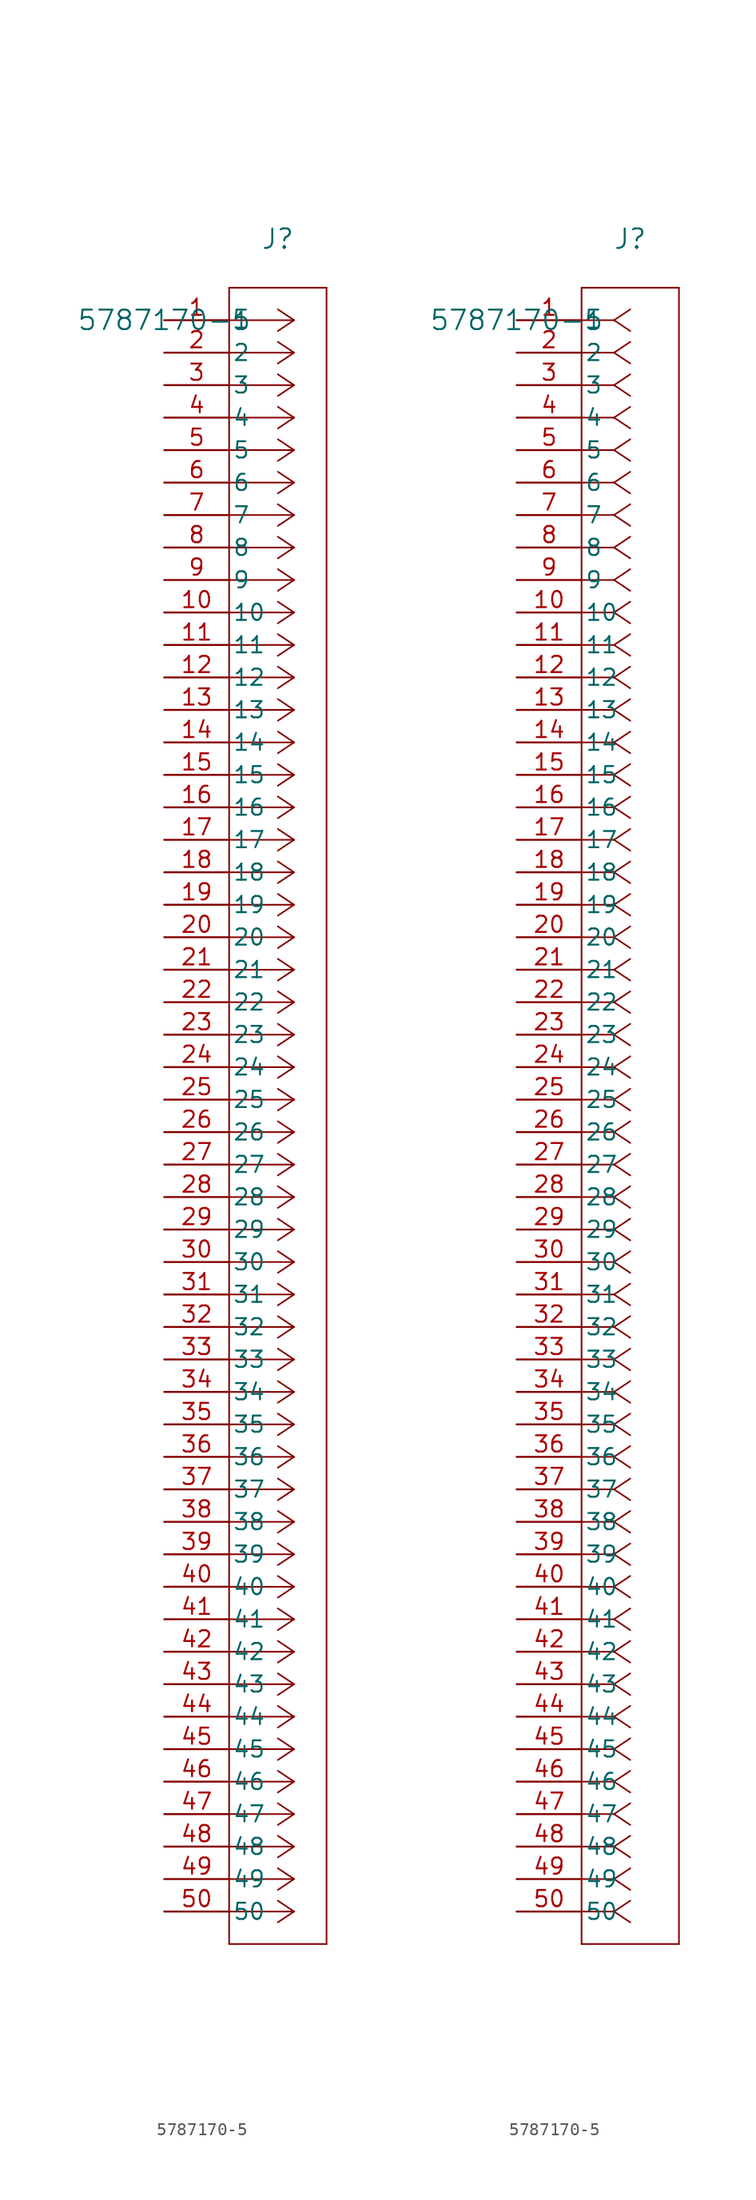
<source format=kicad_sym>
(kicad_symbol_lib
  (version 20211014)
  (generator kicad_symbol_editor)
  (symbol "5787170-5"
    (pin_names
      (offset 0.254))
    (property "Reference" "J"
      (at 8.89 6.35 0)
      (effects (font (size 1.524 1.524))))
    (property "Value" "5787170-5"
      (at 0 0 0)
      (effects (font (size 1.524 1.524))))
    (symbol "5787170-5_1_1"
      (polyline (pts (xy 10.16 0) (xy 5.08 0)) (stroke (width 0.127) (type default) (color 0 0 0 0)) (fill (type none)))
      (polyline (pts (xy 10.16 -2.54) (xy 5.08 -2.54)) (stroke (width 0.127) (type default) (color 0 0 0 0)) (fill (type none)))
      (polyline (pts (xy 10.16 -5.08) (xy 5.08 -5.08)) (stroke (width 0.127) (type default) (color 0 0 0 0)) (fill (type none)))
      (polyline (pts (xy 10.16 -7.62) (xy 5.08 -7.62)) (stroke (width 0.127) (type default) (color 0 0 0 0)) (fill (type none)))
      (polyline (pts (xy 10.16 -10.16) (xy 5.08 -10.16)) (stroke (width 0.127) (type default) (color 0 0 0 0)) (fill (type none)))
      (polyline (pts (xy 10.16 -12.7) (xy 5.08 -12.7)) (stroke (width 0.127) (type default) (color 0 0 0 0)) (fill (type none)))
      (polyline (pts (xy 10.16 -15.24) (xy 5.08 -15.24)) (stroke (width 0.127) (type default) (color 0 0 0 0)) (fill (type none)))
      (polyline (pts (xy 10.16 -17.78) (xy 5.08 -17.78)) (stroke (width 0.127) (type default) (color 0 0 0 0)) (fill (type none)))
      (polyline (pts (xy 10.16 -20.32) (xy 5.08 -20.32)) (stroke (width 0.127) (type default) (color 0 0 0 0)) (fill (type none)))
      (polyline (pts (xy 10.16 -22.86) (xy 5.08 -22.86)) (stroke (width 0.127) (type default) (color 0 0 0 0)) (fill (type none)))
      (polyline (pts (xy 10.16 -25.4) (xy 5.08 -25.4)) (stroke (width 0.127) (type default) (color 0 0 0 0)) (fill (type none)))
      (polyline (pts (xy 10.16 -27.94) (xy 5.08 -27.94)) (stroke (width 0.127) (type default) (color 0 0 0 0)) (fill (type none)))
      (polyline (pts (xy 10.16 -30.48) (xy 5.08 -30.48)) (stroke (width 0.127) (type default) (color 0 0 0 0)) (fill (type none)))
      (polyline (pts (xy 10.16 -33.02) (xy 5.08 -33.02)) (stroke (width 0.127) (type default) (color 0 0 0 0)) (fill (type none)))
      (polyline (pts (xy 10.16 -35.56) (xy 5.08 -35.56)) (stroke (width 0.127) (type default) (color 0 0 0 0)) (fill (type none)))
      (polyline (pts (xy 10.16 -38.1) (xy 5.08 -38.1)) (stroke (width 0.127) (type default) (color 0 0 0 0)) (fill (type none)))
      (polyline (pts (xy 10.16 -40.64) (xy 5.08 -40.64)) (stroke (width 0.127) (type default) (color 0 0 0 0)) (fill (type none)))
      (polyline (pts (xy 10.16 -43.18) (xy 5.08 -43.18)) (stroke (width 0.127) (type default) (color 0 0 0 0)) (fill (type none)))
      (polyline (pts (xy 10.16 -45.72) (xy 5.08 -45.72)) (stroke (width 0.127) (type default) (color 0 0 0 0)) (fill (type none)))
      (polyline (pts (xy 10.16 -48.26) (xy 5.08 -48.26)) (stroke (width 0.127) (type default) (color 0 0 0 0)) (fill (type none)))
      (polyline (pts (xy 10.16 -50.8) (xy 5.08 -50.8)) (stroke (width 0.127) (type default) (color 0 0 0 0)) (fill (type none)))
      (polyline (pts (xy 10.16 -53.34) (xy 5.08 -53.34)) (stroke (width 0.127) (type default) (color 0 0 0 0)) (fill (type none)))
      (polyline (pts (xy 10.16 -55.88) (xy 5.08 -55.88)) (stroke (width 0.127) (type default) (color 0 0 0 0)) (fill (type none)))
      (polyline (pts (xy 10.16 -58.42) (xy 5.08 -58.42)) (stroke (width 0.127) (type default) (color 0 0 0 0)) (fill (type none)))
      (polyline (pts (xy 10.16 -60.96) (xy 5.08 -60.96)) (stroke (width 0.127) (type default) (color 0 0 0 0)) (fill (type none)))
      (polyline (pts (xy 10.16 -63.5) (xy 5.08 -63.5)) (stroke (width 0.127) (type default) (color 0 0 0 0)) (fill (type none)))
      (polyline (pts (xy 10.16 -66.04) (xy 5.08 -66.04)) (stroke (width 0.127) (type default) (color 0 0 0 0)) (fill (type none)))
      (polyline (pts (xy 10.16 -68.58) (xy 5.08 -68.58)) (stroke (width 0.127) (type default) (color 0 0 0 0)) (fill (type none)))
      (polyline (pts (xy 10.16 -71.12) (xy 5.08 -71.12)) (stroke (width 0.127) (type default) (color 0 0 0 0)) (fill (type none)))
      (polyline (pts (xy 10.16 -73.66) (xy 5.08 -73.66)) (stroke (width 0.127) (type default) (color 0 0 0 0)) (fill (type none)))
      (polyline (pts (xy 10.16 -76.2) (xy 5.08 -76.2)) (stroke (width 0.127) (type default) (color 0 0 0 0)) (fill (type none)))
      (polyline (pts (xy 10.16 -78.74) (xy 5.08 -78.74)) (stroke (width 0.127) (type default) (color 0 0 0 0)) (fill (type none)))
      (polyline (pts (xy 10.16 -81.28) (xy 5.08 -81.28)) (stroke (width 0.127) (type default) (color 0 0 0 0)) (fill (type none)))
      (polyline (pts (xy 10.16 -83.82) (xy 5.08 -83.82)) (stroke (width 0.127) (type default) (color 0 0 0 0)) (fill (type none)))
      (polyline (pts (xy 10.16 -86.36) (xy 5.08 -86.36)) (stroke (width 0.127) (type default) (color 0 0 0 0)) (fill (type none)))
      (polyline (pts (xy 10.16 -88.9) (xy 5.08 -88.9)) (stroke (width 0.127) (type default) (color 0 0 0 0)) (fill (type none)))
      (polyline (pts (xy 10.16 -91.44) (xy 5.08 -91.44)) (stroke (width 0.127) (type default) (color 0 0 0 0)) (fill (type none)))
      (polyline (pts (xy 10.16 -93.98) (xy 5.08 -93.98)) (stroke (width 0.127) (type default) (color 0 0 0 0)) (fill (type none)))
      (polyline (pts (xy 10.16 -96.52) (xy 5.08 -96.52)) (stroke (width 0.127) (type default) (color 0 0 0 0)) (fill (type none)))
      (polyline (pts (xy 10.16 -99.06) (xy 5.08 -99.06)) (stroke (width 0.127) (type default) (color 0 0 0 0)) (fill (type none)))
      (polyline (pts (xy 10.16 -101.6) (xy 5.08 -101.6)) (stroke (width 0.127) (type default) (color 0 0 0 0)) (fill (type none)))
      (polyline (pts (xy 10.16 -104.14) (xy 5.08 -104.14)) (stroke (width 0.127) (type default) (color 0 0 0 0)) (fill (type none)))
      (polyline (pts (xy 10.16 -106.68) (xy 5.08 -106.68)) (stroke (width 0.127) (type default) (color 0 0 0 0)) (fill (type none)))
      (polyline (pts (xy 10.16 -109.22) (xy 5.08 -109.22)) (stroke (width 0.127) (type default) (color 0 0 0 0)) (fill (type none)))
      (polyline (pts (xy 10.16 -111.76) (xy 5.08 -111.76)) (stroke (width 0.127) (type default) (color 0 0 0 0)) (fill (type none)))
      (polyline (pts (xy 10.16 -114.3) (xy 5.08 -114.3)) (stroke (width 0.127) (type default) (color 0 0 0 0)) (fill (type none)))
      (polyline (pts (xy 10.16 -116.84) (xy 5.08 -116.84)) (stroke (width 0.127) (type default) (color 0 0 0 0)) (fill (type none)))
      (polyline (pts (xy 10.16 -119.38) (xy 5.08 -119.38)) (stroke (width 0.127) (type default) (color 0 0 0 0)) (fill (type none)))
      (polyline (pts (xy 10.16 -121.92) (xy 5.08 -121.92)) (stroke (width 0.127) (type default) (color 0 0 0 0)) (fill (type none)))
      (polyline (pts (xy 10.16 -124.46) (xy 5.08 -124.46)) (stroke (width 0.127) (type default) (color 0 0 0 0)) (fill (type none)))
      (polyline (pts (xy 10.16 0) (xy 8.89 0.847)) (stroke (width 0.127) (type default) (color 0 0 0 0)) (fill (type none)))
      (polyline (pts (xy 10.16 -2.54) (xy 8.89 -1.693)) (stroke (width 0.127) (type default) (color 0 0 0 0)) (fill (type none)))
      (polyline (pts (xy 10.16 -5.08) (xy 8.89 -4.233)) (stroke (width 0.127) (type default) (color 0 0 0 0)) (fill (type none)))
      (polyline (pts (xy 10.16 -7.62) (xy 8.89 -6.773)) (stroke (width 0.127) (type default) (color 0 0 0 0)) (fill (type none)))
      (polyline (pts (xy 10.16 -10.16) (xy 8.89 -9.313)) (stroke (width 0.127) (type default) (color 0 0 0 0)) (fill (type none)))
      (polyline (pts (xy 10.16 -12.7) (xy 8.89 -11.853)) (stroke (width 0.127) (type default) (color 0 0 0 0)) (fill (type none)))
      (polyline (pts (xy 10.16 -15.24) (xy 8.89 -14.393)) (stroke (width 0.127) (type default) (color 0 0 0 0)) (fill (type none)))
      (polyline (pts (xy 10.16 -17.78) (xy 8.89 -16.933)) (stroke (width 0.127) (type default) (color 0 0 0 0)) (fill (type none)))
      (polyline (pts (xy 10.16 -20.32) (xy 8.89 -19.473)) (stroke (width 0.127) (type default) (color 0 0 0 0)) (fill (type none)))
      (polyline (pts (xy 10.16 -22.86) (xy 8.89 -22.013)) (stroke (width 0.127) (type default) (color 0 0 0 0)) (fill (type none)))
      (polyline (pts (xy 10.16 -25.4) (xy 8.89 -24.553)) (stroke (width 0.127) (type default) (color 0 0 0 0)) (fill (type none)))
      (polyline (pts (xy 10.16 -27.94) (xy 8.89 -27.093)) (stroke (width 0.127) (type default) (color 0 0 0 0)) (fill (type none)))
      (polyline (pts (xy 10.16 -30.48) (xy 8.89 -29.633)) (stroke (width 0.127) (type default) (color 0 0 0 0)) (fill (type none)))
      (polyline (pts (xy 10.16 -33.02) (xy 8.89 -32.173)) (stroke (width 0.127) (type default) (color 0 0 0 0)) (fill (type none)))
      (polyline (pts (xy 10.16 -35.56) (xy 8.89 -34.713)) (stroke (width 0.127) (type default) (color 0 0 0 0)) (fill (type none)))
      (polyline (pts (xy 10.16 -38.1) (xy 8.89 -37.253)) (stroke (width 0.127) (type default) (color 0 0 0 0)) (fill (type none)))
      (polyline (pts (xy 10.16 -40.64) (xy 8.89 -39.793)) (stroke (width 0.127) (type default) (color 0 0 0 0)) (fill (type none)))
      (polyline (pts (xy 10.16 -43.18) (xy 8.89 -42.333)) (stroke (width 0.127) (type default) (color 0 0 0 0)) (fill (type none)))
      (polyline (pts (xy 10.16 -45.72) (xy 8.89 -44.873)) (stroke (width 0.127) (type default) (color 0 0 0 0)) (fill (type none)))
      (polyline (pts (xy 10.16 -48.26) (xy 8.89 -47.413)) (stroke (width 0.127) (type default) (color 0 0 0 0)) (fill (type none)))
      (polyline (pts (xy 10.16 -50.8) (xy 8.89 -49.953)) (stroke (width 0.127) (type default) (color 0 0 0 0)) (fill (type none)))
      (polyline (pts (xy 10.16 -53.34) (xy 8.89 -52.493)) (stroke (width 0.127) (type default) (color 0 0 0 0)) (fill (type none)))
      (polyline (pts (xy 10.16 -55.88) (xy 8.89 -55.033)) (stroke (width 0.127) (type default) (color 0 0 0 0)) (fill (type none)))
      (polyline (pts (xy 10.16 -58.42) (xy 8.89 -57.573)) (stroke (width 0.127) (type default) (color 0 0 0 0)) (fill (type none)))
      (polyline (pts (xy 10.16 -60.96) (xy 8.89 -60.113)) (stroke (width 0.127) (type default) (color 0 0 0 0)) (fill (type none)))
      (polyline (pts (xy 10.16 -63.5) (xy 8.89 -62.653)) (stroke (width 0.127) (type default) (color 0 0 0 0)) (fill (type none)))
      (polyline (pts (xy 10.16 -66.04) (xy 8.89 -65.193)) (stroke (width 0.127) (type default) (color 0 0 0 0)) (fill (type none)))
      (polyline (pts (xy 10.16 -68.58) (xy 8.89 -67.733)) (stroke (width 0.127) (type default) (color 0 0 0 0)) (fill (type none)))
      (polyline (pts (xy 10.16 -71.12) (xy 8.89 -70.273)) (stroke (width 0.127) (type default) (color 0 0 0 0)) (fill (type none)))
      (polyline (pts (xy 10.16 -73.66) (xy 8.89 -72.813)) (stroke (width 0.127) (type default) (color 0 0 0 0)) (fill (type none)))
      (polyline (pts (xy 10.16 -76.2) (xy 8.89 -75.353)) (stroke (width 0.127) (type default) (color 0 0 0 0)) (fill (type none)))
      (polyline (pts (xy 10.16 -78.74) (xy 8.89 -77.893)) (stroke (width 0.127) (type default) (color 0 0 0 0)) (fill (type none)))
      (polyline (pts (xy 10.16 -81.28) (xy 8.89 -80.433)) (stroke (width 0.127) (type default) (color 0 0 0 0)) (fill (type none)))
      (polyline (pts (xy 10.16 -83.82) (xy 8.89 -82.973)) (stroke (width 0.127) (type default) (color 0 0 0 0)) (fill (type none)))
      (polyline (pts (xy 10.16 -86.36) (xy 8.89 -85.513)) (stroke (width 0.127) (type default) (color 0 0 0 0)) (fill (type none)))
      (polyline (pts (xy 10.16 -88.9) (xy 8.89 -88.053)) (stroke (width 0.127) (type default) (color 0 0 0 0)) (fill (type none)))
      (polyline (pts (xy 10.16 -91.44) (xy 8.89 -90.593)) (stroke (width 0.127) (type default) (color 0 0 0 0)) (fill (type none)))
      (polyline (pts (xy 10.16 -93.98) (xy 8.89 -93.133)) (stroke (width 0.127) (type default) (color 0 0 0 0)) (fill (type none)))
      (polyline (pts (xy 10.16 -96.52) (xy 8.89 -95.673)) (stroke (width 0.127) (type default) (color 0 0 0 0)) (fill (type none)))
      (polyline (pts (xy 10.16 -99.06) (xy 8.89 -98.213)) (stroke (width 0.127) (type default) (color 0 0 0 0)) (fill (type none)))
      (polyline (pts (xy 10.16 -101.6) (xy 8.89 -100.753)) (stroke (width 0.127) (type default) (color 0 0 0 0)) (fill (type none)))
      (polyline (pts (xy 10.16 -104.14) (xy 8.89 -103.293)) (stroke (width 0.127) (type default) (color 0 0 0 0)) (fill (type none)))
      (polyline (pts (xy 10.16 -106.68) (xy 8.89 -105.833)) (stroke (width 0.127) (type default) (color 0 0 0 0)) (fill (type none)))
      (polyline (pts (xy 10.16 -109.22) (xy 8.89 -108.373)) (stroke (width 0.127) (type default) (color 0 0 0 0)) (fill (type none)))
      (polyline (pts (xy 10.16 -111.76) (xy 8.89 -110.913)) (stroke (width 0.127) (type default) (color 0 0 0 0)) (fill (type none)))
      (polyline (pts (xy 10.16 -114.3) (xy 8.89 -113.453)) (stroke (width 0.127) (type default) (color 0 0 0 0)) (fill (type none)))
      (polyline (pts (xy 10.16 -116.84) (xy 8.89 -115.993)) (stroke (width 0.127) (type default) (color 0 0 0 0)) (fill (type none)))
      (polyline (pts (xy 10.16 -119.38) (xy 8.89 -118.533)) (stroke (width 0.127) (type default) (color 0 0 0 0)) (fill (type none)))
      (polyline (pts (xy 10.16 -121.92) (xy 8.89 -121.073)) (stroke (width 0.127) (type default) (color 0 0 0 0)) (fill (type none)))
      (polyline (pts (xy 10.16 -124.46) (xy 8.89 -123.613)) (stroke (width 0.127) (type default) (color 0 0 0 0)) (fill (type none)))
      (polyline (pts (xy 10.16 0) (xy 8.89 -0.847)) (stroke (width 0.127) (type default) (color 0 0 0 0)) (fill (type none)))
      (polyline (pts (xy 10.16 -2.54) (xy 8.89 -3.387)) (stroke (width 0.127) (type default) (color 0 0 0 0)) (fill (type none)))
      (polyline (pts (xy 10.16 -5.08) (xy 8.89 -5.927)) (stroke (width 0.127) (type default) (color 0 0 0 0)) (fill (type none)))
      (polyline (pts (xy 10.16 -7.62) (xy 8.89 -8.467)) (stroke (width 0.127) (type default) (color 0 0 0 0)) (fill (type none)))
      (polyline (pts (xy 10.16 -10.16) (xy 8.89 -11.007)) (stroke (width 0.127) (type default) (color 0 0 0 0)) (fill (type none)))
      (polyline (pts (xy 10.16 -12.7) (xy 8.89 -13.547)) (stroke (width 0.127) (type default) (color 0 0 0 0)) (fill (type none)))
      (polyline (pts (xy 10.16 -15.24) (xy 8.89 -16.087)) (stroke (width 0.127) (type default) (color 0 0 0 0)) (fill (type none)))
      (polyline (pts (xy 10.16 -17.78) (xy 8.89 -18.627)) (stroke (width 0.127) (type default) (color 0 0 0 0)) (fill (type none)))
      (polyline (pts (xy 10.16 -20.32) (xy 8.89 -21.167)) (stroke (width 0.127) (type default) (color 0 0 0 0)) (fill (type none)))
      (polyline (pts (xy 10.16 -22.86) (xy 8.89 -23.707)) (stroke (width 0.127) (type default) (color 0 0 0 0)) (fill (type none)))
      (polyline (pts (xy 10.16 -25.4) (xy 8.89 -26.247)) (stroke (width 0.127) (type default) (color 0 0 0 0)) (fill (type none)))
      (polyline (pts (xy 10.16 -27.94) (xy 8.89 -28.787)) (stroke (width 0.127) (type default) (color 0 0 0 0)) (fill (type none)))
      (polyline (pts (xy 10.16 -30.48) (xy 8.89 -31.327)) (stroke (width 0.127) (type default) (color 0 0 0 0)) (fill (type none)))
      (polyline (pts (xy 10.16 -33.02) (xy 8.89 -33.867)) (stroke (width 0.127) (type default) (color 0 0 0 0)) (fill (type none)))
      (polyline (pts (xy 10.16 -35.56) (xy 8.89 -36.407)) (stroke (width 0.127) (type default) (color 0 0 0 0)) (fill (type none)))
      (polyline (pts (xy 10.16 -38.1) (xy 8.89 -38.947)) (stroke (width 0.127) (type default) (color 0 0 0 0)) (fill (type none)))
      (polyline (pts (xy 10.16 -40.64) (xy 8.89 -41.487)) (stroke (width 0.127) (type default) (color 0 0 0 0)) (fill (type none)))
      (polyline (pts (xy 10.16 -43.18) (xy 8.89 -44.027)) (stroke (width 0.127) (type default) (color 0 0 0 0)) (fill (type none)))
      (polyline (pts (xy 10.16 -45.72) (xy 8.89 -46.567)) (stroke (width 0.127) (type default) (color 0 0 0 0)) (fill (type none)))
      (polyline (pts (xy 10.16 -48.26) (xy 8.89 -49.107)) (stroke (width 0.127) (type default) (color 0 0 0 0)) (fill (type none)))
      (polyline (pts (xy 10.16 -50.8) (xy 8.89 -51.647)) (stroke (width 0.127) (type default) (color 0 0 0 0)) (fill (type none)))
      (polyline (pts (xy 10.16 -53.34) (xy 8.89 -54.187)) (stroke (width 0.127) (type default) (color 0 0 0 0)) (fill (type none)))
      (polyline (pts (xy 10.16 -55.88) (xy 8.89 -56.727)) (stroke (width 0.127) (type default) (color 0 0 0 0)) (fill (type none)))
      (polyline (pts (xy 10.16 -58.42) (xy 8.89 -59.267)) (stroke (width 0.127) (type default) (color 0 0 0 0)) (fill (type none)))
      (polyline (pts (xy 10.16 -60.96) (xy 8.89 -61.807)) (stroke (width 0.127) (type default) (color 0 0 0 0)) (fill (type none)))
      (polyline (pts (xy 10.16 -63.5) (xy 8.89 -64.347)) (stroke (width 0.127) (type default) (color 0 0 0 0)) (fill (type none)))
      (polyline (pts (xy 10.16 -66.04) (xy 8.89 -66.887)) (stroke (width 0.127) (type default) (color 0 0 0 0)) (fill (type none)))
      (polyline (pts (xy 10.16 -68.58) (xy 8.89 -69.427)) (stroke (width 0.127) (type default) (color 0 0 0 0)) (fill (type none)))
      (polyline (pts (xy 10.16 -71.12) (xy 8.89 -71.967)) (stroke (width 0.127) (type default) (color 0 0 0 0)) (fill (type none)))
      (polyline (pts (xy 10.16 -73.66) (xy 8.89 -74.507)) (stroke (width 0.127) (type default) (color 0 0 0 0)) (fill (type none)))
      (polyline (pts (xy 10.16 -76.2) (xy 8.89 -77.047)) (stroke (width 0.127) (type default) (color 0 0 0 0)) (fill (type none)))
      (polyline (pts (xy 10.16 -78.74) (xy 8.89 -79.587)) (stroke (width 0.127) (type default) (color 0 0 0 0)) (fill (type none)))
      (polyline (pts (xy 10.16 -81.28) (xy 8.89 -82.127)) (stroke (width 0.127) (type default) (color 0 0 0 0)) (fill (type none)))
      (polyline (pts (xy 10.16 -83.82) (xy 8.89 -84.667)) (stroke (width 0.127) (type default) (color 0 0 0 0)) (fill (type none)))
      (polyline (pts (xy 10.16 -86.36) (xy 8.89 -87.207)) (stroke (width 0.127) (type default) (color 0 0 0 0)) (fill (type none)))
      (polyline (pts (xy 10.16 -88.9) (xy 8.89 -89.747)) (stroke (width 0.127) (type default) (color 0 0 0 0)) (fill (type none)))
      (polyline (pts (xy 10.16 -91.44) (xy 8.89 -92.287)) (stroke (width 0.127) (type default) (color 0 0 0 0)) (fill (type none)))
      (polyline (pts (xy 10.16 -93.98) (xy 8.89 -94.827)) (stroke (width 0.127) (type default) (color 0 0 0 0)) (fill (type none)))
      (polyline (pts (xy 10.16 -96.52) (xy 8.89 -97.367)) (stroke (width 0.127) (type default) (color 0 0 0 0)) (fill (type none)))
      (polyline (pts (xy 10.16 -99.06) (xy 8.89 -99.907)) (stroke (width 0.127) (type default) (color 0 0 0 0)) (fill (type none)))
      (polyline (pts (xy 10.16 -101.6) (xy 8.89 -102.447)) (stroke (width 0.127) (type default) (color 0 0 0 0)) (fill (type none)))
      (polyline (pts (xy 10.16 -104.14) (xy 8.89 -104.987)) (stroke (width 0.127) (type default) (color 0 0 0 0)) (fill (type none)))
      (polyline (pts (xy 10.16 -106.68) (xy 8.89 -107.527)) (stroke (width 0.127) (type default) (color 0 0 0 0)) (fill (type none)))
      (polyline (pts (xy 10.16 -109.22) (xy 8.89 -110.067)) (stroke (width 0.127) (type default) (color 0 0 0 0)) (fill (type none)))
      (polyline (pts (xy 10.16 -111.76) (xy 8.89 -112.607)) (stroke (width 0.127) (type default) (color 0 0 0 0)) (fill (type none)))
      (polyline (pts (xy 10.16 -114.3) (xy 8.89 -115.147)) (stroke (width 0.127) (type default) (color 0 0 0 0)) (fill (type none)))
      (polyline (pts (xy 10.16 -116.84) (xy 8.89 -117.687)) (stroke (width 0.127) (type default) (color 0 0 0 0)) (fill (type none)))
      (polyline (pts (xy 10.16 -119.38) (xy 8.89 -120.227)) (stroke (width 0.127) (type default) (color 0 0 0 0)) (fill (type none)))
      (polyline (pts (xy 10.16 -121.92) (xy 8.89 -122.767)) (stroke (width 0.127) (type default) (color 0 0 0 0)) (fill (type none)))
      (polyline (pts (xy 10.16 -124.46) (xy 8.89 -125.307)) (stroke (width 0.127) (type default) (color 0 0 0 0)) (fill (type none)))
      (polyline (pts (xy 5.08 2.54) (xy 5.08 -127)) (stroke (width 0.127) (type default) (color 0 0 0 0)) (fill (type none)))
      (polyline (pts (xy 5.08 -127) (xy 12.7 -127)) (stroke (width 0.127) (type default) (color 0 0 0 0)) (fill (type none)))
      (polyline (pts (xy 12.7 -127) (xy 12.7 2.54)) (stroke (width 0.127) (type default) (color 0 0 0 0)) (fill (type none)))
      (polyline (pts (xy 12.7 2.54) (xy 5.08 2.54)) (stroke (width 0.127) (type default) (color 0 0 0 0)) (fill (type none)))
      (pin unspecified line (at 0 0 0) (length 5.08) (name "1" (effects (font (size 1.27 1.27)))) (number "1" (effects (font (size 1.27 1.27)))))
      (pin unspecified line (at 0 -2.54 0) (length 5.08) (name "2" (effects (font (size 1.27 1.27)))) (number "2" (effects (font (size 1.27 1.27)))))
      (pin unspecified line (at 0 -5.08 0) (length 5.08) (name "3" (effects (font (size 1.27 1.27)))) (number "3" (effects (font (size 1.27 1.27)))))
      (pin unspecified line (at 0 -7.62 0) (length 5.08) (name "4" (effects (font (size 1.27 1.27)))) (number "4" (effects (font (size 1.27 1.27)))))
      (pin unspecified line (at 0 -10.16 0) (length 5.08) (name "5" (effects (font (size 1.27 1.27)))) (number "5" (effects (font (size 1.27 1.27)))))
      (pin unspecified line (at 0 -12.7 0) (length 5.08) (name "6" (effects (font (size 1.27 1.27)))) (number "6" (effects (font (size 1.27 1.27)))))
      (pin unspecified line (at 0 -15.24 0) (length 5.08) (name "7" (effects (font (size 1.27 1.27)))) (number "7" (effects (font (size 1.27 1.27)))))
      (pin unspecified line (at 0 -17.78 0) (length 5.08) (name "8" (effects (font (size 1.27 1.27)))) (number "8" (effects (font (size 1.27 1.27)))))
      (pin unspecified line (at 0 -20.32 0) (length 5.08) (name "9" (effects (font (size 1.27 1.27)))) (number "9" (effects (font (size 1.27 1.27)))))
      (pin unspecified line (at 0 -22.86 0) (length 5.08) (name "10" (effects (font (size 1.27 1.27)))) (number "10" (effects (font (size 1.27 1.27)))))
      (pin unspecified line (at 0 -25.4 0) (length 5.08) (name "11" (effects (font (size 1.27 1.27)))) (number "11" (effects (font (size 1.27 1.27)))))
      (pin unspecified line (at 0 -27.94 0) (length 5.08) (name "12" (effects (font (size 1.27 1.27)))) (number "12" (effects (font (size 1.27 1.27)))))
      (pin unspecified line (at 0 -30.48 0) (length 5.08) (name "13" (effects (font (size 1.27 1.27)))) (number "13" (effects (font (size 1.27 1.27)))))
      (pin unspecified line (at 0 -33.02 0) (length 5.08) (name "14" (effects (font (size 1.27 1.27)))) (number "14" (effects (font (size 1.27 1.27)))))
      (pin unspecified line (at 0 -35.56 0) (length 5.08) (name "15" (effects (font (size 1.27 1.27)))) (number "15" (effects (font (size 1.27 1.27)))))
      (pin unspecified line (at 0 -38.1 0) (length 5.08) (name "16" (effects (font (size 1.27 1.27)))) (number "16" (effects (font (size 1.27 1.27)))))
      (pin unspecified line (at 0 -40.64 0) (length 5.08) (name "17" (effects (font (size 1.27 1.27)))) (number "17" (effects (font (size 1.27 1.27)))))
      (pin unspecified line (at 0 -43.18 0) (length 5.08) (name "18" (effects (font (size 1.27 1.27)))) (number "18" (effects (font (size 1.27 1.27)))))
      (pin unspecified line (at 0 -45.72 0) (length 5.08) (name "19" (effects (font (size 1.27 1.27)))) (number "19" (effects (font (size 1.27 1.27)))))
      (pin unspecified line (at 0 -48.26 0) (length 5.08) (name "20" (effects (font (size 1.27 1.27)))) (number "20" (effects (font (size 1.27 1.27)))))
      (pin unspecified line (at 0 -50.8 0) (length 5.08) (name "21" (effects (font (size 1.27 1.27)))) (number "21" (effects (font (size 1.27 1.27)))))
      (pin unspecified line (at 0 -53.34 0) (length 5.08) (name "22" (effects (font (size 1.27 1.27)))) (number "22" (effects (font (size 1.27 1.27)))))
      (pin unspecified line (at 0 -55.88 0) (length 5.08) (name "23" (effects (font (size 1.27 1.27)))) (number "23" (effects (font (size 1.27 1.27)))))
      (pin unspecified line (at 0 -58.42 0) (length 5.08) (name "24" (effects (font (size 1.27 1.27)))) (number "24" (effects (font (size 1.27 1.27)))))
      (pin unspecified line (at 0 -60.96 0) (length 5.08) (name "25" (effects (font (size 1.27 1.27)))) (number "25" (effects (font (size 1.27 1.27)))))
      (pin unspecified line (at 0 -63.5 0) (length 5.08) (name "26" (effects (font (size 1.27 1.27)))) (number "26" (effects (font (size 1.27 1.27)))))
      (pin unspecified line (at 0 -66.04 0) (length 5.08) (name "27" (effects (font (size 1.27 1.27)))) (number "27" (effects (font (size 1.27 1.27)))))
      (pin unspecified line (at 0 -68.58 0) (length 5.08) (name "28" (effects (font (size 1.27 1.27)))) (number "28" (effects (font (size 1.27 1.27)))))
      (pin unspecified line (at 0 -71.12 0) (length 5.08) (name "29" (effects (font (size 1.27 1.27)))) (number "29" (effects (font (size 1.27 1.27)))))
      (pin unspecified line (at 0 -73.66 0) (length 5.08) (name "30" (effects (font (size 1.27 1.27)))) (number "30" (effects (font (size 1.27 1.27)))))
      (pin unspecified line (at 0 -76.2 0) (length 5.08) (name "31" (effects (font (size 1.27 1.27)))) (number "31" (effects (font (size 1.27 1.27)))))
      (pin unspecified line (at 0 -78.74 0) (length 5.08) (name "32" (effects (font (size 1.27 1.27)))) (number "32" (effects (font (size 1.27 1.27)))))
      (pin unspecified line (at 0 -81.28 0) (length 5.08) (name "33" (effects (font (size 1.27 1.27)))) (number "33" (effects (font (size 1.27 1.27)))))
      (pin unspecified line (at 0 -83.82 0) (length 5.08) (name "34" (effects (font (size 1.27 1.27)))) (number "34" (effects (font (size 1.27 1.27)))))
      (pin unspecified line (at 0 -86.36 0) (length 5.08) (name "35" (effects (font (size 1.27 1.27)))) (number "35" (effects (font (size 1.27 1.27)))))
      (pin unspecified line (at 0 -88.9 0) (length 5.08) (name "36" (effects (font (size 1.27 1.27)))) (number "36" (effects (font (size 1.27 1.27)))))
      (pin unspecified line (at 0 -91.44 0) (length 5.08) (name "37" (effects (font (size 1.27 1.27)))) (number "37" (effects (font (size 1.27 1.27)))))
      (pin unspecified line (at 0 -93.98 0) (length 5.08) (name "38" (effects (font (size 1.27 1.27)))) (number "38" (effects (font (size 1.27 1.27)))))
      (pin unspecified line (at 0 -96.52 0) (length 5.08) (name "39" (effects (font (size 1.27 1.27)))) (number "39" (effects (font (size 1.27 1.27)))))
      (pin unspecified line (at 0 -99.06 0) (length 5.08) (name "40" (effects (font (size 1.27 1.27)))) (number "40" (effects (font (size 1.27 1.27)))))
      (pin unspecified line (at 0 -101.6 0) (length 5.08) (name "41" (effects (font (size 1.27 1.27)))) (number "41" (effects (font (size 1.27 1.27)))))
      (pin unspecified line (at 0 -104.14 0) (length 5.08) (name "42" (effects (font (size 1.27 1.27)))) (number "42" (effects (font (size 1.27 1.27)))))
      (pin unspecified line (at 0 -106.68 0) (length 5.08) (name "43" (effects (font (size 1.27 1.27)))) (number "43" (effects (font (size 1.27 1.27)))))
      (pin unspecified line (at 0 -109.22 0) (length 5.08) (name "44" (effects (font (size 1.27 1.27)))) (number "44" (effects (font (size 1.27 1.27)))))
      (pin unspecified line (at 0 -111.76 0) (length 5.08) (name "45" (effects (font (size 1.27 1.27)))) (number "45" (effects (font (size 1.27 1.27)))))
      (pin unspecified line (at 0 -114.3 0) (length 5.08) (name "46" (effects (font (size 1.27 1.27)))) (number "46" (effects (font (size 1.27 1.27)))))
      (pin unspecified line (at 0 -116.84 0) (length 5.08) (name "47" (effects (font (size 1.27 1.27)))) (number "47" (effects (font (size 1.27 1.27)))))
      (pin unspecified line (at 0 -119.38 0) (length 5.08) (name "48" (effects (font (size 1.27 1.27)))) (number "48" (effects (font (size 1.27 1.27)))))
      (pin unspecified line (at 0 -121.92 0) (length 5.08) (name "49" (effects (font (size 1.27 1.27)))) (number "49" (effects (font (size 1.27 1.27)))))
      (pin unspecified line (at 0 -124.46 0) (length 5.08) (name "50" (effects (font (size 1.27 1.27)))) (number "50" (effects (font (size 1.27 1.27))))))
    (symbol "5787170-5_1_2"
      (polyline (pts (xy 7.62 0) (xy 5.08 0)) (stroke (width 0.127) (type default) (color 0 0 0 0)) (fill (type none)))
      (polyline (pts (xy 7.62 -2.54) (xy 5.08 -2.54)) (stroke (width 0.127) (type default) (color 0 0 0 0)) (fill (type none)))
      (polyline (pts (xy 7.62 -5.08) (xy 5.08 -5.08)) (stroke (width 0.127) (type default) (color 0 0 0 0)) (fill (type none)))
      (polyline (pts (xy 7.62 -7.62) (xy 5.08 -7.62)) (stroke (width 0.127) (type default) (color 0 0 0 0)) (fill (type none)))
      (polyline (pts (xy 7.62 -10.16) (xy 5.08 -10.16)) (stroke (width 0.127) (type default) (color 0 0 0 0)) (fill (type none)))
      (polyline (pts (xy 7.62 -12.7) (xy 5.08 -12.7)) (stroke (width 0.127) (type default) (color 0 0 0 0)) (fill (type none)))
      (polyline (pts (xy 7.62 -15.24) (xy 5.08 -15.24)) (stroke (width 0.127) (type default) (color 0 0 0 0)) (fill (type none)))
      (polyline (pts (xy 7.62 -17.78) (xy 5.08 -17.78)) (stroke (width 0.127) (type default) (color 0 0 0 0)) (fill (type none)))
      (polyline (pts (xy 7.62 -20.32) (xy 5.08 -20.32)) (stroke (width 0.127) (type default) (color 0 0 0 0)) (fill (type none)))
      (polyline (pts (xy 7.62 -22.86) (xy 5.08 -22.86)) (stroke (width 0.127) (type default) (color 0 0 0 0)) (fill (type none)))
      (polyline (pts (xy 7.62 -25.4) (xy 5.08 -25.4)) (stroke (width 0.127) (type default) (color 0 0 0 0)) (fill (type none)))
      (polyline (pts (xy 7.62 -27.94) (xy 5.08 -27.94)) (stroke (width 0.127) (type default) (color 0 0 0 0)) (fill (type none)))
      (polyline (pts (xy 7.62 -30.48) (xy 5.08 -30.48)) (stroke (width 0.127) (type default) (color 0 0 0 0)) (fill (type none)))
      (polyline (pts (xy 7.62 -33.02) (xy 5.08 -33.02)) (stroke (width 0.127) (type default) (color 0 0 0 0)) (fill (type none)))
      (polyline (pts (xy 7.62 -35.56) (xy 5.08 -35.56)) (stroke (width 0.127) (type default) (color 0 0 0 0)) (fill (type none)))
      (polyline (pts (xy 7.62 -38.1) (xy 5.08 -38.1)) (stroke (width 0.127) (type default) (color 0 0 0 0)) (fill (type none)))
      (polyline (pts (xy 7.62 -40.64) (xy 5.08 -40.64)) (stroke (width 0.127) (type default) (color 0 0 0 0)) (fill (type none)))
      (polyline (pts (xy 7.62 -43.18) (xy 5.08 -43.18)) (stroke (width 0.127) (type default) (color 0 0 0 0)) (fill (type none)))
      (polyline (pts (xy 7.62 -45.72) (xy 5.08 -45.72)) (stroke (width 0.127) (type default) (color 0 0 0 0)) (fill (type none)))
      (polyline (pts (xy 7.62 -48.26) (xy 5.08 -48.26)) (stroke (width 0.127) (type default) (color 0 0 0 0)) (fill (type none)))
      (polyline (pts (xy 7.62 -50.8) (xy 5.08 -50.8)) (stroke (width 0.127) (type default) (color 0 0 0 0)) (fill (type none)))
      (polyline (pts (xy 7.62 -53.34) (xy 5.08 -53.34)) (stroke (width 0.127) (type default) (color 0 0 0 0)) (fill (type none)))
      (polyline (pts (xy 7.62 -55.88) (xy 5.08 -55.88)) (stroke (width 0.127) (type default) (color 0 0 0 0)) (fill (type none)))
      (polyline (pts (xy 7.62 -58.42) (xy 5.08 -58.42)) (stroke (width 0.127) (type default) (color 0 0 0 0)) (fill (type none)))
      (polyline (pts (xy 7.62 -60.96) (xy 5.08 -60.96)) (stroke (width 0.127) (type default) (color 0 0 0 0)) (fill (type none)))
      (polyline (pts (xy 7.62 -63.5) (xy 5.08 -63.5)) (stroke (width 0.127) (type default) (color 0 0 0 0)) (fill (type none)))
      (polyline (pts (xy 7.62 -66.04) (xy 5.08 -66.04)) (stroke (width 0.127) (type default) (color 0 0 0 0)) (fill (type none)))
      (polyline (pts (xy 7.62 -68.58) (xy 5.08 -68.58)) (stroke (width 0.127) (type default) (color 0 0 0 0)) (fill (type none)))
      (polyline (pts (xy 7.62 -71.12) (xy 5.08 -71.12)) (stroke (width 0.127) (type default) (color 0 0 0 0)) (fill (type none)))
      (polyline (pts (xy 7.62 -73.66) (xy 5.08 -73.66)) (stroke (width 0.127) (type default) (color 0 0 0 0)) (fill (type none)))
      (polyline (pts (xy 7.62 -76.2) (xy 5.08 -76.2)) (stroke (width 0.127) (type default) (color 0 0 0 0)) (fill (type none)))
      (polyline (pts (xy 7.62 -78.74) (xy 5.08 -78.74)) (stroke (width 0.127) (type default) (color 0 0 0 0)) (fill (type none)))
      (polyline (pts (xy 7.62 -81.28) (xy 5.08 -81.28)) (stroke (width 0.127) (type default) (color 0 0 0 0)) (fill (type none)))
      (polyline (pts (xy 7.62 -83.82) (xy 5.08 -83.82)) (stroke (width 0.127) (type default) (color 0 0 0 0)) (fill (type none)))
      (polyline (pts (xy 7.62 -86.36) (xy 5.08 -86.36)) (stroke (width 0.127) (type default) (color 0 0 0 0)) (fill (type none)))
      (polyline (pts (xy 7.62 -88.9) (xy 5.08 -88.9)) (stroke (width 0.127) (type default) (color 0 0 0 0)) (fill (type none)))
      (polyline (pts (xy 7.62 -91.44) (xy 5.08 -91.44)) (stroke (width 0.127) (type default) (color 0 0 0 0)) (fill (type none)))
      (polyline (pts (xy 7.62 -93.98) (xy 5.08 -93.98)) (stroke (width 0.127) (type default) (color 0 0 0 0)) (fill (type none)))
      (polyline (pts (xy 7.62 -96.52) (xy 5.08 -96.52)) (stroke (width 0.127) (type default) (color 0 0 0 0)) (fill (type none)))
      (polyline (pts (xy 7.62 -99.06) (xy 5.08 -99.06)) (stroke (width 0.127) (type default) (color 0 0 0 0)) (fill (type none)))
      (polyline (pts (xy 7.62 -101.6) (xy 5.08 -101.6)) (stroke (width 0.127) (type default) (color 0 0 0 0)) (fill (type none)))
      (polyline (pts (xy 7.62 -104.14) (xy 5.08 -104.14)) (stroke (width 0.127) (type default) (color 0 0 0 0)) (fill (type none)))
      (polyline (pts (xy 7.62 -106.68) (xy 5.08 -106.68)) (stroke (width 0.127) (type default) (color 0 0 0 0)) (fill (type none)))
      (polyline (pts (xy 7.62 -109.22) (xy 5.08 -109.22)) (stroke (width 0.127) (type default) (color 0 0 0 0)) (fill (type none)))
      (polyline (pts (xy 7.62 -111.76) (xy 5.08 -111.76)) (stroke (width 0.127) (type default) (color 0 0 0 0)) (fill (type none)))
      (polyline (pts (xy 7.62 -114.3) (xy 5.08 -114.3)) (stroke (width 0.127) (type default) (color 0 0 0 0)) (fill (type none)))
      (polyline (pts (xy 7.62 -116.84) (xy 5.08 -116.84)) (stroke (width 0.127) (type default) (color 0 0 0 0)) (fill (type none)))
      (polyline (pts (xy 7.62 -119.38) (xy 5.08 -119.38)) (stroke (width 0.127) (type default) (color 0 0 0 0)) (fill (type none)))
      (polyline (pts (xy 7.62 -121.92) (xy 5.08 -121.92)) (stroke (width 0.127) (type default) (color 0 0 0 0)) (fill (type none)))
      (polyline (pts (xy 7.62 -124.46) (xy 5.08 -124.46)) (stroke (width 0.127) (type default) (color 0 0 0 0)) (fill (type none)))
      (polyline (pts (xy 7.62 0) (xy 8.89 0.847)) (stroke (width 0.127) (type default) (color 0 0 0 0)) (fill (type none)))
      (polyline (pts (xy 7.62 -2.54) (xy 8.89 -1.693)) (stroke (width 0.127) (type default) (color 0 0 0 0)) (fill (type none)))
      (polyline (pts (xy 7.62 -5.08) (xy 8.89 -4.233)) (stroke (width 0.127) (type default) (color 0 0 0 0)) (fill (type none)))
      (polyline (pts (xy 7.62 -7.62) (xy 8.89 -6.773)) (stroke (width 0.127) (type default) (color 0 0 0 0)) (fill (type none)))
      (polyline (pts (xy 7.62 -10.16) (xy 8.89 -9.313)) (stroke (width 0.127) (type default) (color 0 0 0 0)) (fill (type none)))
      (polyline (pts (xy 7.62 -12.7) (xy 8.89 -11.853)) (stroke (width 0.127) (type default) (color 0 0 0 0)) (fill (type none)))
      (polyline (pts (xy 7.62 -15.24) (xy 8.89 -14.393)) (stroke (width 0.127) (type default) (color 0 0 0 0)) (fill (type none)))
      (polyline (pts (xy 7.62 -17.78) (xy 8.89 -16.933)) (stroke (width 0.127) (type default) (color 0 0 0 0)) (fill (type none)))
      (polyline (pts (xy 7.62 -20.32) (xy 8.89 -19.473)) (stroke (width 0.127) (type default) (color 0 0 0 0)) (fill (type none)))
      (polyline (pts (xy 7.62 -22.86) (xy 8.89 -22.013)) (stroke (width 0.127) (type default) (color 0 0 0 0)) (fill (type none)))
      (polyline (pts (xy 7.62 -25.4) (xy 8.89 -24.553)) (stroke (width 0.127) (type default) (color 0 0 0 0)) (fill (type none)))
      (polyline (pts (xy 7.62 -27.94) (xy 8.89 -27.093)) (stroke (width 0.127) (type default) (color 0 0 0 0)) (fill (type none)))
      (polyline (pts (xy 7.62 -30.48) (xy 8.89 -29.633)) (stroke (width 0.127) (type default) (color 0 0 0 0)) (fill (type none)))
      (polyline (pts (xy 7.62 -33.02) (xy 8.89 -32.173)) (stroke (width 0.127) (type default) (color 0 0 0 0)) (fill (type none)))
      (polyline (pts (xy 7.62 -35.56) (xy 8.89 -34.713)) (stroke (width 0.127) (type default) (color 0 0 0 0)) (fill (type none)))
      (polyline (pts (xy 7.62 -38.1) (xy 8.89 -37.253)) (stroke (width 0.127) (type default) (color 0 0 0 0)) (fill (type none)))
      (polyline (pts (xy 7.62 -40.64) (xy 8.89 -39.793)) (stroke (width 0.127) (type default) (color 0 0 0 0)) (fill (type none)))
      (polyline (pts (xy 7.62 -43.18) (xy 8.89 -42.333)) (stroke (width 0.127) (type default) (color 0 0 0 0)) (fill (type none)))
      (polyline (pts (xy 7.62 -45.72) (xy 8.89 -44.873)) (stroke (width 0.127) (type default) (color 0 0 0 0)) (fill (type none)))
      (polyline (pts (xy 7.62 -48.26) (xy 8.89 -47.413)) (stroke (width 0.127) (type default) (color 0 0 0 0)) (fill (type none)))
      (polyline (pts (xy 7.62 -50.8) (xy 8.89 -49.953)) (stroke (width 0.127) (type default) (color 0 0 0 0)) (fill (type none)))
      (polyline (pts (xy 7.62 -53.34) (xy 8.89 -52.493)) (stroke (width 0.127) (type default) (color 0 0 0 0)) (fill (type none)))
      (polyline (pts (xy 7.62 -55.88) (xy 8.89 -55.033)) (stroke (width 0.127) (type default) (color 0 0 0 0)) (fill (type none)))
      (polyline (pts (xy 7.62 -58.42) (xy 8.89 -57.573)) (stroke (width 0.127) (type default) (color 0 0 0 0)) (fill (type none)))
      (polyline (pts (xy 7.62 -60.96) (xy 8.89 -60.113)) (stroke (width 0.127) (type default) (color 0 0 0 0)) (fill (type none)))
      (polyline (pts (xy 7.62 -63.5) (xy 8.89 -62.653)) (stroke (width 0.127) (type default) (color 0 0 0 0)) (fill (type none)))
      (polyline (pts (xy 7.62 -66.04) (xy 8.89 -65.193)) (stroke (width 0.127) (type default) (color 0 0 0 0)) (fill (type none)))
      (polyline (pts (xy 7.62 -68.58) (xy 8.89 -67.733)) (stroke (width 0.127) (type default) (color 0 0 0 0)) (fill (type none)))
      (polyline (pts (xy 7.62 -71.12) (xy 8.89 -70.273)) (stroke (width 0.127) (type default) (color 0 0 0 0)) (fill (type none)))
      (polyline (pts (xy 7.62 -73.66) (xy 8.89 -72.813)) (stroke (width 0.127) (type default) (color 0 0 0 0)) (fill (type none)))
      (polyline (pts (xy 7.62 -76.2) (xy 8.89 -75.353)) (stroke (width 0.127) (type default) (color 0 0 0 0)) (fill (type none)))
      (polyline (pts (xy 7.62 -78.74) (xy 8.89 -77.893)) (stroke (width 0.127) (type default) (color 0 0 0 0)) (fill (type none)))
      (polyline (pts (xy 7.62 -81.28) (xy 8.89 -80.433)) (stroke (width 0.127) (type default) (color 0 0 0 0)) (fill (type none)))
      (polyline (pts (xy 7.62 -83.82) (xy 8.89 -82.973)) (stroke (width 0.127) (type default) (color 0 0 0 0)) (fill (type none)))
      (polyline (pts (xy 7.62 -86.36) (xy 8.89 -85.513)) (stroke (width 0.127) (type default) (color 0 0 0 0)) (fill (type none)))
      (polyline (pts (xy 7.62 -88.9) (xy 8.89 -88.053)) (stroke (width 0.127) (type default) (color 0 0 0 0)) (fill (type none)))
      (polyline (pts (xy 7.62 -91.44) (xy 8.89 -90.593)) (stroke (width 0.127) (type default) (color 0 0 0 0)) (fill (type none)))
      (polyline (pts (xy 7.62 -93.98) (xy 8.89 -93.133)) (stroke (width 0.127) (type default) (color 0 0 0 0)) (fill (type none)))
      (polyline (pts (xy 7.62 -96.52) (xy 8.89 -95.673)) (stroke (width 0.127) (type default) (color 0 0 0 0)) (fill (type none)))
      (polyline (pts (xy 7.62 -99.06) (xy 8.89 -98.213)) (stroke (width 0.127) (type default) (color 0 0 0 0)) (fill (type none)))
      (polyline (pts (xy 7.62 -101.6) (xy 8.89 -100.753)) (stroke (width 0.127) (type default) (color 0 0 0 0)) (fill (type none)))
      (polyline (pts (xy 7.62 -104.14) (xy 8.89 -103.293)) (stroke (width 0.127) (type default) (color 0 0 0 0)) (fill (type none)))
      (polyline (pts (xy 7.62 -106.68) (xy 8.89 -105.833)) (stroke (width 0.127) (type default) (color 0 0 0 0)) (fill (type none)))
      (polyline (pts (xy 7.62 -109.22) (xy 8.89 -108.373)) (stroke (width 0.127) (type default) (color 0 0 0 0)) (fill (type none)))
      (polyline (pts (xy 7.62 -111.76) (xy 8.89 -110.913)) (stroke (width 0.127) (type default) (color 0 0 0 0)) (fill (type none)))
      (polyline (pts (xy 7.62 -114.3) (xy 8.89 -113.453)) (stroke (width 0.127) (type default) (color 0 0 0 0)) (fill (type none)))
      (polyline (pts (xy 7.62 -116.84) (xy 8.89 -115.993)) (stroke (width 0.127) (type default) (color 0 0 0 0)) (fill (type none)))
      (polyline (pts (xy 7.62 -119.38) (xy 8.89 -118.533)) (stroke (width 0.127) (type default) (color 0 0 0 0)) (fill (type none)))
      (polyline (pts (xy 7.62 -121.92) (xy 8.89 -121.073)) (stroke (width 0.127) (type default) (color 0 0 0 0)) (fill (type none)))
      (polyline (pts (xy 7.62 -124.46) (xy 8.89 -123.613)) (stroke (width 0.127) (type default) (color 0 0 0 0)) (fill (type none)))
      (polyline (pts (xy 7.62 0) (xy 8.89 -0.847)) (stroke (width 0.127) (type default) (color 0 0 0 0)) (fill (type none)))
      (polyline (pts (xy 7.62 -2.54) (xy 8.89 -3.387)) (stroke (width 0.127) (type default) (color 0 0 0 0)) (fill (type none)))
      (polyline (pts (xy 7.62 -5.08) (xy 8.89 -5.927)) (stroke (width 0.127) (type default) (color 0 0 0 0)) (fill (type none)))
      (polyline (pts (xy 7.62 -7.62) (xy 8.89 -8.467)) (stroke (width 0.127) (type default) (color 0 0 0 0)) (fill (type none)))
      (polyline (pts (xy 7.62 -10.16) (xy 8.89 -11.007)) (stroke (width 0.127) (type default) (color 0 0 0 0)) (fill (type none)))
      (polyline (pts (xy 7.62 -12.7) (xy 8.89 -13.547)) (stroke (width 0.127) (type default) (color 0 0 0 0)) (fill (type none)))
      (polyline (pts (xy 7.62 -15.24) (xy 8.89 -16.087)) (stroke (width 0.127) (type default) (color 0 0 0 0)) (fill (type none)))
      (polyline (pts (xy 7.62 -17.78) (xy 8.89 -18.627)) (stroke (width 0.127) (type default) (color 0 0 0 0)) (fill (type none)))
      (polyline (pts (xy 7.62 -20.32) (xy 8.89 -21.167)) (stroke (width 0.127) (type default) (color 0 0 0 0)) (fill (type none)))
      (polyline (pts (xy 7.62 -22.86) (xy 8.89 -23.707)) (stroke (width 0.127) (type default) (color 0 0 0 0)) (fill (type none)))
      (polyline (pts (xy 7.62 -25.4) (xy 8.89 -26.247)) (stroke (width 0.127) (type default) (color 0 0 0 0)) (fill (type none)))
      (polyline (pts (xy 7.62 -27.94) (xy 8.89 -28.787)) (stroke (width 0.127) (type default) (color 0 0 0 0)) (fill (type none)))
      (polyline (pts (xy 7.62 -30.48) (xy 8.89 -31.327)) (stroke (width 0.127) (type default) (color 0 0 0 0)) (fill (type none)))
      (polyline (pts (xy 7.62 -33.02) (xy 8.89 -33.867)) (stroke (width 0.127) (type default) (color 0 0 0 0)) (fill (type none)))
      (polyline (pts (xy 7.62 -35.56) (xy 8.89 -36.407)) (stroke (width 0.127) (type default) (color 0 0 0 0)) (fill (type none)))
      (polyline (pts (xy 7.62 -38.1) (xy 8.89 -38.947)) (stroke (width 0.127) (type default) (color 0 0 0 0)) (fill (type none)))
      (polyline (pts (xy 7.62 -40.64) (xy 8.89 -41.487)) (stroke (width 0.127) (type default) (color 0 0 0 0)) (fill (type none)))
      (polyline (pts (xy 7.62 -43.18) (xy 8.89 -44.027)) (stroke (width 0.127) (type default) (color 0 0 0 0)) (fill (type none)))
      (polyline (pts (xy 7.62 -45.72) (xy 8.89 -46.567)) (stroke (width 0.127) (type default) (color 0 0 0 0)) (fill (type none)))
      (polyline (pts (xy 7.62 -48.26) (xy 8.89 -49.107)) (stroke (width 0.127) (type default) (color 0 0 0 0)) (fill (type none)))
      (polyline (pts (xy 7.62 -50.8) (xy 8.89 -51.647)) (stroke (width 0.127) (type default) (color 0 0 0 0)) (fill (type none)))
      (polyline (pts (xy 7.62 -53.34) (xy 8.89 -54.187)) (stroke (width 0.127) (type default) (color 0 0 0 0)) (fill (type none)))
      (polyline (pts (xy 7.62 -55.88) (xy 8.89 -56.727)) (stroke (width 0.127) (type default) (color 0 0 0 0)) (fill (type none)))
      (polyline (pts (xy 7.62 -58.42) (xy 8.89 -59.267)) (stroke (width 0.127) (type default) (color 0 0 0 0)) (fill (type none)))
      (polyline (pts (xy 7.62 -60.96) (xy 8.89 -61.807)) (stroke (width 0.127) (type default) (color 0 0 0 0)) (fill (type none)))
      (polyline (pts (xy 7.62 -63.5) (xy 8.89 -64.347)) (stroke (width 0.127) (type default) (color 0 0 0 0)) (fill (type none)))
      (polyline (pts (xy 7.62 -66.04) (xy 8.89 -66.887)) (stroke (width 0.127) (type default) (color 0 0 0 0)) (fill (type none)))
      (polyline (pts (xy 7.62 -68.58) (xy 8.89 -69.427)) (stroke (width 0.127) (type default) (color 0 0 0 0)) (fill (type none)))
      (polyline (pts (xy 7.62 -71.12) (xy 8.89 -71.967)) (stroke (width 0.127) (type default) (color 0 0 0 0)) (fill (type none)))
      (polyline (pts (xy 7.62 -73.66) (xy 8.89 -74.507)) (stroke (width 0.127) (type default) (color 0 0 0 0)) (fill (type none)))
      (polyline (pts (xy 7.62 -76.2) (xy 8.89 -77.047)) (stroke (width 0.127) (type default) (color 0 0 0 0)) (fill (type none)))
      (polyline (pts (xy 7.62 -78.74) (xy 8.89 -79.587)) (stroke (width 0.127) (type default) (color 0 0 0 0)) (fill (type none)))
      (polyline (pts (xy 7.62 -81.28) (xy 8.89 -82.127)) (stroke (width 0.127) (type default) (color 0 0 0 0)) (fill (type none)))
      (polyline (pts (xy 7.62 -83.82) (xy 8.89 -84.667)) (stroke (width 0.127) (type default) (color 0 0 0 0)) (fill (type none)))
      (polyline (pts (xy 7.62 -86.36) (xy 8.89 -87.207)) (stroke (width 0.127) (type default) (color 0 0 0 0)) (fill (type none)))
      (polyline (pts (xy 7.62 -88.9) (xy 8.89 -89.747)) (stroke (width 0.127) (type default) (color 0 0 0 0)) (fill (type none)))
      (polyline (pts (xy 7.62 -91.44) (xy 8.89 -92.287)) (stroke (width 0.127) (type default) (color 0 0 0 0)) (fill (type none)))
      (polyline (pts (xy 7.62 -93.98) (xy 8.89 -94.827)) (stroke (width 0.127) (type default) (color 0 0 0 0)) (fill (type none)))
      (polyline (pts (xy 7.62 -96.52) (xy 8.89 -97.367)) (stroke (width 0.127) (type default) (color 0 0 0 0)) (fill (type none)))
      (polyline (pts (xy 7.62 -99.06) (xy 8.89 -99.907)) (stroke (width 0.127) (type default) (color 0 0 0 0)) (fill (type none)))
      (polyline (pts (xy 7.62 -101.6) (xy 8.89 -102.447)) (stroke (width 0.127) (type default) (color 0 0 0 0)) (fill (type none)))
      (polyline (pts (xy 7.62 -104.14) (xy 8.89 -104.987)) (stroke (width 0.127) (type default) (color 0 0 0 0)) (fill (type none)))
      (polyline (pts (xy 7.62 -106.68) (xy 8.89 -107.527)) (stroke (width 0.127) (type default) (color 0 0 0 0)) (fill (type none)))
      (polyline (pts (xy 7.62 -109.22) (xy 8.89 -110.067)) (stroke (width 0.127) (type default) (color 0 0 0 0)) (fill (type none)))
      (polyline (pts (xy 7.62 -111.76) (xy 8.89 -112.607)) (stroke (width 0.127) (type default) (color 0 0 0 0)) (fill (type none)))
      (polyline (pts (xy 7.62 -114.3) (xy 8.89 -115.147)) (stroke (width 0.127) (type default) (color 0 0 0 0)) (fill (type none)))
      (polyline (pts (xy 7.62 -116.84) (xy 8.89 -117.687)) (stroke (width 0.127) (type default) (color 0 0 0 0)) (fill (type none)))
      (polyline (pts (xy 7.62 -119.38) (xy 8.89 -120.227)) (stroke (width 0.127) (type default) (color 0 0 0 0)) (fill (type none)))
      (polyline (pts (xy 7.62 -121.92) (xy 8.89 -122.767)) (stroke (width 0.127) (type default) (color 0 0 0 0)) (fill (type none)))
      (polyline (pts (xy 7.62 -124.46) (xy 8.89 -125.307)) (stroke (width 0.127) (type default) (color 0 0 0 0)) (fill (type none)))
      (polyline (pts (xy 5.08 2.54) (xy 5.08 -127)) (stroke (width 0.127) (type default) (color 0 0 0 0)) (fill (type none)))
      (polyline (pts (xy 5.08 -127) (xy 12.7 -127)) (stroke (width 0.127) (type default) (color 0 0 0 0)) (fill (type none)))
      (polyline (pts (xy 12.7 -127) (xy 12.7 2.54)) (stroke (width 0.127) (type default) (color 0 0 0 0)) (fill (type none)))
      (polyline (pts (xy 12.7 2.54) (xy 5.08 2.54)) (stroke (width 0.127) (type default) (color 0 0 0 0)) (fill (type none)))
      (pin unspecified line (at 0 0 0) (length 5.08) (name "1" (effects (font (size 1.27 1.27)))) (number "1" (effects (font (size 1.27 1.27)))))
      (pin unspecified line (at 0 -2.54 0) (length 5.08) (name "2" (effects (font (size 1.27 1.27)))) (number "2" (effects (font (size 1.27 1.27)))))
      (pin unspecified line (at 0 -5.08 0) (length 5.08) (name "3" (effects (font (size 1.27 1.27)))) (number "3" (effects (font (size 1.27 1.27)))))
      (pin unspecified line (at 0 -7.62 0) (length 5.08) (name "4" (effects (font (size 1.27 1.27)))) (number "4" (effects (font (size 1.27 1.27)))))
      (pin unspecified line (at 0 -10.16 0) (length 5.08) (name "5" (effects (font (size 1.27 1.27)))) (number "5" (effects (font (size 1.27 1.27)))))
      (pin unspecified line (at 0 -12.7 0) (length 5.08) (name "6" (effects (font (size 1.27 1.27)))) (number "6" (effects (font (size 1.27 1.27)))))
      (pin unspecified line (at 0 -15.24 0) (length 5.08) (name "7" (effects (font (size 1.27 1.27)))) (number "7" (effects (font (size 1.27 1.27)))))
      (pin unspecified line (at 0 -17.78 0) (length 5.08) (name "8" (effects (font (size 1.27 1.27)))) (number "8" (effects (font (size 1.27 1.27)))))
      (pin unspecified line (at 0 -20.32 0) (length 5.08) (name "9" (effects (font (size 1.27 1.27)))) (number "9" (effects (font (size 1.27 1.27)))))
      (pin unspecified line (at 0 -22.86 0) (length 5.08) (name "10" (effects (font (size 1.27 1.27)))) (number "10" (effects (font (size 1.27 1.27)))))
      (pin unspecified line (at 0 -25.4 0) (length 5.08) (name "11" (effects (font (size 1.27 1.27)))) (number "11" (effects (font (size 1.27 1.27)))))
      (pin unspecified line (at 0 -27.94 0) (length 5.08) (name "12" (effects (font (size 1.27 1.27)))) (number "12" (effects (font (size 1.27 1.27)))))
      (pin unspecified line (at 0 -30.48 0) (length 5.08) (name "13" (effects (font (size 1.27 1.27)))) (number "13" (effects (font (size 1.27 1.27)))))
      (pin unspecified line (at 0 -33.02 0) (length 5.08) (name "14" (effects (font (size 1.27 1.27)))) (number "14" (effects (font (size 1.27 1.27)))))
      (pin unspecified line (at 0 -35.56 0) (length 5.08) (name "15" (effects (font (size 1.27 1.27)))) (number "15" (effects (font (size 1.27 1.27)))))
      (pin unspecified line (at 0 -38.1 0) (length 5.08) (name "16" (effects (font (size 1.27 1.27)))) (number "16" (effects (font (size 1.27 1.27)))))
      (pin unspecified line (at 0 -40.64 0) (length 5.08) (name "17" (effects (font (size 1.27 1.27)))) (number "17" (effects (font (size 1.27 1.27)))))
      (pin unspecified line (at 0 -43.18 0) (length 5.08) (name "18" (effects (font (size 1.27 1.27)))) (number "18" (effects (font (size 1.27 1.27)))))
      (pin unspecified line (at 0 -45.72 0) (length 5.08) (name "19" (effects (font (size 1.27 1.27)))) (number "19" (effects (font (size 1.27 1.27)))))
      (pin unspecified line (at 0 -48.26 0) (length 5.08) (name "20" (effects (font (size 1.27 1.27)))) (number "20" (effects (font (size 1.27 1.27)))))
      (pin unspecified line (at 0 -50.8 0) (length 5.08) (name "21" (effects (font (size 1.27 1.27)))) (number "21" (effects (font (size 1.27 1.27)))))
      (pin unspecified line (at 0 -53.34 0) (length 5.08) (name "22" (effects (font (size 1.27 1.27)))) (number "22" (effects (font (size 1.27 1.27)))))
      (pin unspecified line (at 0 -55.88 0) (length 5.08) (name "23" (effects (font (size 1.27 1.27)))) (number "23" (effects (font (size 1.27 1.27)))))
      (pin unspecified line (at 0 -58.42 0) (length 5.08) (name "24" (effects (font (size 1.27 1.27)))) (number "24" (effects (font (size 1.27 1.27)))))
      (pin unspecified line (at 0 -60.96 0) (length 5.08) (name "25" (effects (font (size 1.27 1.27)))) (number "25" (effects (font (size 1.27 1.27)))))
      (pin unspecified line (at 0 -63.5 0) (length 5.08) (name "26" (effects (font (size 1.27 1.27)))) (number "26" (effects (font (size 1.27 1.27)))))
      (pin unspecified line (at 0 -66.04 0) (length 5.08) (name "27" (effects (font (size 1.27 1.27)))) (number "27" (effects (font (size 1.27 1.27)))))
      (pin unspecified line (at 0 -68.58 0) (length 5.08) (name "28" (effects (font (size 1.27 1.27)))) (number "28" (effects (font (size 1.27 1.27)))))
      (pin unspecified line (at 0 -71.12 0) (length 5.08) (name "29" (effects (font (size 1.27 1.27)))) (number "29" (effects (font (size 1.27 1.27)))))
      (pin unspecified line (at 0 -73.66 0) (length 5.08) (name "30" (effects (font (size 1.27 1.27)))) (number "30" (effects (font (size 1.27 1.27)))))
      (pin unspecified line (at 0 -76.2 0) (length 5.08) (name "31" (effects (font (size 1.27 1.27)))) (number "31" (effects (font (size 1.27 1.27)))))
      (pin unspecified line (at 0 -78.74 0) (length 5.08) (name "32" (effects (font (size 1.27 1.27)))) (number "32" (effects (font (size 1.27 1.27)))))
      (pin unspecified line (at 0 -81.28 0) (length 5.08) (name "33" (effects (font (size 1.27 1.27)))) (number "33" (effects (font (size 1.27 1.27)))))
      (pin unspecified line (at 0 -83.82 0) (length 5.08) (name "34" (effects (font (size 1.27 1.27)))) (number "34" (effects (font (size 1.27 1.27)))))
      (pin unspecified line (at 0 -86.36 0) (length 5.08) (name "35" (effects (font (size 1.27 1.27)))) (number "35" (effects (font (size 1.27 1.27)))))
      (pin unspecified line (at 0 -88.9 0) (length 5.08) (name "36" (effects (font (size 1.27 1.27)))) (number "36" (effects (font (size 1.27 1.27)))))
      (pin unspecified line (at 0 -91.44 0) (length 5.08) (name "37" (effects (font (size 1.27 1.27)))) (number "37" (effects (font (size 1.27 1.27)))))
      (pin unspecified line (at 0 -93.98 0) (length 5.08) (name "38" (effects (font (size 1.27 1.27)))) (number "38" (effects (font (size 1.27 1.27)))))
      (pin unspecified line (at 0 -96.52 0) (length 5.08) (name "39" (effects (font (size 1.27 1.27)))) (number "39" (effects (font (size 1.27 1.27)))))
      (pin unspecified line (at 0 -99.06 0) (length 5.08) (name "40" (effects (font (size 1.27 1.27)))) (number "40" (effects (font (size 1.27 1.27)))))
      (pin unspecified line (at 0 -101.6 0) (length 5.08) (name "41" (effects (font (size 1.27 1.27)))) (number "41" (effects (font (size 1.27 1.27)))))
      (pin unspecified line (at 0 -104.14 0) (length 5.08) (name "42" (effects (font (size 1.27 1.27)))) (number "42" (effects (font (size 1.27 1.27)))))
      (pin unspecified line (at 0 -106.68 0) (length 5.08) (name "43" (effects (font (size 1.27 1.27)))) (number "43" (effects (font (size 1.27 1.27)))))
      (pin unspecified line (at 0 -109.22 0) (length 5.08) (name "44" (effects (font (size 1.27 1.27)))) (number "44" (effects (font (size 1.27 1.27)))))
      (pin unspecified line (at 0 -111.76 0) (length 5.08) (name "45" (effects (font (size 1.27 1.27)))) (number "45" (effects (font (size 1.27 1.27)))))
      (pin unspecified line (at 0 -114.3 0) (length 5.08) (name "46" (effects (font (size 1.27 1.27)))) (number "46" (effects (font (size 1.27 1.27)))))
      (pin unspecified line (at 0 -116.84 0) (length 5.08) (name "47" (effects (font (size 1.27 1.27)))) (number "47" (effects (font (size 1.27 1.27)))))
      (pin unspecified line (at 0 -119.38 0) (length 5.08) (name "48" (effects (font (size 1.27 1.27)))) (number "48" (effects (font (size 1.27 1.27)))))
      (pin unspecified line (at 0 -121.92 0) (length 5.08) (name "49" (effects (font (size 1.27 1.27)))) (number "49" (effects (font (size 1.27 1.27)))))
      (pin unspecified line (at 0 -124.46 0) (length 5.08) (name "50" (effects (font (size 1.27 1.27)))) (number "50" (effects (font (size 1.27 1.27))))))))
</source>
